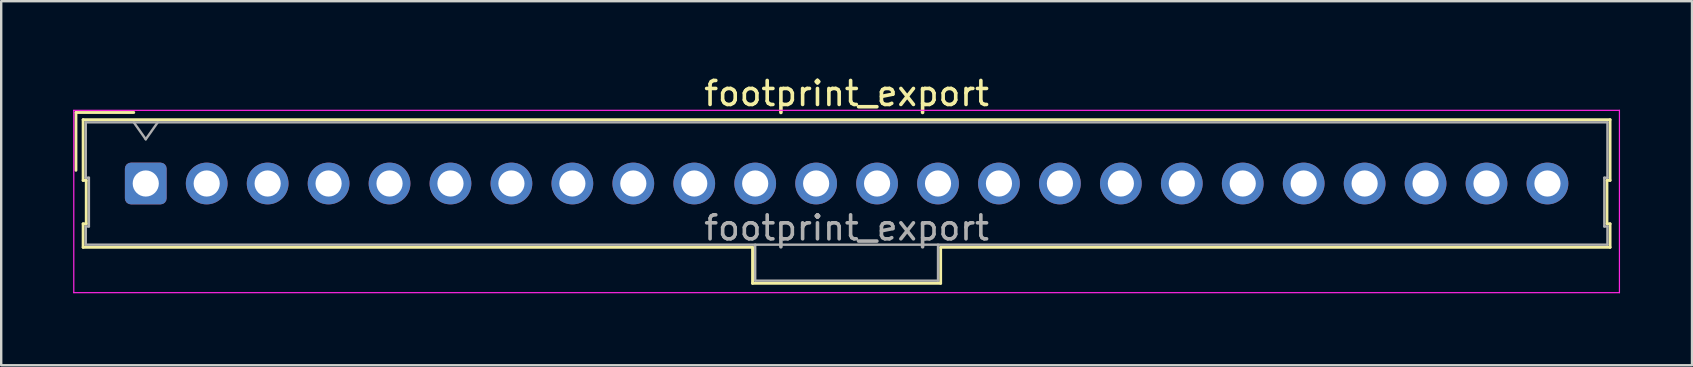
<source format=kicad_pcb>
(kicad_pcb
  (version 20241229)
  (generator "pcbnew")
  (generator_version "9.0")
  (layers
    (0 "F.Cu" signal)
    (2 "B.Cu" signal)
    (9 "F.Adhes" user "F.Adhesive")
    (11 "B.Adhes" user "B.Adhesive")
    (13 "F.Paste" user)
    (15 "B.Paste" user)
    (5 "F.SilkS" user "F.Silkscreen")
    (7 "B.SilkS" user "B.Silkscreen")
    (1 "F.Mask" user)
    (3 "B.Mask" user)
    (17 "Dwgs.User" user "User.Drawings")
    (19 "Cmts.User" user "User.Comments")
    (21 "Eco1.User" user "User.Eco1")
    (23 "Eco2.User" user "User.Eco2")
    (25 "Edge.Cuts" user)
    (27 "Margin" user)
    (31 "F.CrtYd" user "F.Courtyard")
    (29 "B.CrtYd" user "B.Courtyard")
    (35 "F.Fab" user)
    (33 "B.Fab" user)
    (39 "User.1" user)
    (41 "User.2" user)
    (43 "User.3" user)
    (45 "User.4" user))
  (footprint "footprint_export"
    (layer "F.Cu")
    (at 3.025 4.598)
    (property "Reference" "footprint_export" (at 29.21 -3.75 0) (layer "F.SilkS") (effects (font (size 1 1) (thickness 0.15))))
    (attr through_hole)
    (fp_line (start -2.91 -2.96) (end -0.5 -2.96) (stroke (width 0.12) (type solid)) (layer "F.SilkS"))
    (fp_line (start -2.91 -0.55) (end -2.91 -2.96) (stroke (width 0.12) (type solid)) (layer "F.SilkS"))
    (fp_line (start -2.61 -2.66) (end -2.61 -0.13) (stroke (width 0.12) (type solid)) (layer "F.SilkS"))
    (fp_line (start -2.61 -0.13) (end -2.48 -0.13) (stroke (width 0.12) (type solid)) (layer "F.SilkS"))
    (fp_line (start -2.61 1.68) (end -2.61 2.66) (stroke (width 0.12) (type solid)) (layer "F.SilkS"))
    (fp_line (start -2.61 2.66) (end 25.29 2.66) (stroke (width 0.12) (type solid)) (layer "F.SilkS"))
    (fp_line (start -2.48 -0.13) (end -2.48 1.68) (stroke (width 0.12) (type solid)) (layer "F.SilkS"))
    (fp_line (start -2.48 1.68) (end -2.61 1.68) (stroke (width 0.12) (type solid)) (layer "F.SilkS"))
    (fp_line (start 25.29 2.66) (end 25.29 4.16) (stroke (width 0.12) (type solid)) (layer "F.SilkS"))
    (fp_line (start 25.29 4.16) (end 33.13 4.16) (stroke (width 0.12) (type solid)) (layer "F.SilkS"))
    (fp_line (start 33.13 2.66) (end 61.03 2.66) (stroke (width 0.12) (type solid)) (layer "F.SilkS"))
    (fp_line (start 33.13 4.16) (end 33.13 2.66) (stroke (width 0.12) (type solid)) (layer "F.SilkS"))
    (fp_line (start 60.9 -0.13) (end 61.03 -0.13) (stroke (width 0.12) (type solid)) (layer "F.SilkS"))
    (fp_line (start 60.9 1.68) (end 60.9 -0.13) (stroke (width 0.12) (type solid)) (layer "F.SilkS"))
    (fp_line (start 61.03 -2.66) (end -2.61 -2.66) (stroke (width 0.12) (type solid)) (layer "F.SilkS"))
    (fp_line (start 61.03 -0.13) (end 61.03 -2.66) (stroke (width 0.12) (type solid)) (layer "F.SilkS"))
    (fp_line (start 61.03 1.68) (end 60.9 1.68) (stroke (width 0.12) (type solid)) (layer "F.SilkS"))
    (fp_line (start 61.03 2.66) (end 61.03 1.68) (stroke (width 0.12) (type solid)) (layer "F.SilkS"))
    (fp_line (start -3 -3.05) (end -3 4.55) (stroke (width 0.05) (type solid)) (layer "F.CrtYd"))
    (fp_line (start -3 4.55) (end 61.42 4.55) (stroke (width 0.05) (type solid)) (layer "F.CrtYd"))
    (fp_line (start 61.42 -3.05) (end -3 -3.05) (stroke (width 0.05) (type solid)) (layer "F.CrtYd"))
    (fp_line (start 61.42 4.55) (end 61.42 -3.05) (stroke (width 0.05) (type solid)) (layer "F.CrtYd"))
    (fp_line (start -2.5 -2.55) (end -2.5 -0.24) (stroke (width 0.1) (type solid)) (layer "F.Fab"))
    (fp_line (start -2.5 -0.24) (end -2.37 -0.24) (stroke (width 0.1) (type solid)) (layer "F.Fab"))
    (fp_line (start -2.5 1.79) (end -2.5 2.55) (stroke (width 0.1) (type solid)) (layer "F.Fab"))
    (fp_line (start -2.5 2.55) (end 60.92 2.55) (stroke (width 0.1) (type solid)) (layer "F.Fab"))
    (fp_line (start -2.37 -0.24) (end -2.37 1.79) (stroke (width 0.1) (type solid)) (layer "F.Fab"))
    (fp_line (start -2.37 1.79) (end -2.5 1.79) (stroke (width 0.1) (type solid)) (layer "F.Fab"))
    (fp_line (start 0 -1.843) (end -0.5 -2.55) (stroke (width 0.1) (type solid)) (layer "F.Fab"))
    (fp_line (start 0.5 -2.55) (end 0 -1.843) (stroke (width 0.1) (type solid)) (layer "F.Fab"))
    (fp_line (start 25.4 2.55) (end 25.4 4.05) (stroke (width 0.1) (type solid)) (layer "F.Fab"))
    (fp_line (start 25.4 4.05) (end 33.02 4.05) (stroke (width 0.1) (type solid)) (layer "F.Fab"))
    (fp_line (start 33.02 4.05) (end 33.02 2.55) (stroke (width 0.1) (type solid)) (layer "F.Fab"))
    (fp_line (start 60.79 -0.24) (end 60.92 -0.24) (stroke (width 0.1) (type solid)) (layer "F.Fab"))
    (fp_line (start 60.79 1.79) (end 60.79 -0.24) (stroke (width 0.1) (type solid)) (layer "F.Fab"))
    (fp_line (start 60.92 -2.55) (end -2.5 -2.55) (stroke (width 0.1) (type solid)) (layer "F.Fab"))
    (fp_line (start 60.92 -0.24) (end 60.92 -2.55) (stroke (width 0.1) (type solid)) (layer "F.Fab"))
    (fp_line (start 60.92 1.79) (end 60.79 1.79) (stroke (width 0.1) (type solid)) (layer "F.Fab"))
    (fp_line (start 60.92 2.55) (end 60.92 1.79) (stroke (width 0.1) (type solid)) (layer "F.Fab"))
    (fp_text user "${REFERENCE}" (at 29.21 1.85 0) (layer "F.Fab") (effects (font (size 1 1) (thickness 0.15))))
    (pad "1" thru_hole roundrect (at 0 0) (size 1.74 1.74) (drill 1.09) (layers "*.Cu" "*.Mask") (roundrect_rratio 0.144))
    (pad "2" thru_hole circle (at 2.54 0) (size 1.74 1.74) (drill 1.09) (layers "*.Cu" "*.Mask"))
    (pad "3" thru_hole circle (at 5.08 0) (size 1.74 1.74) (drill 1.09) (layers "*.Cu" "*.Mask"))
    (pad "4" thru_hole circle (at 7.62 0) (size 1.74 1.74) (drill 1.09) (layers "*.Cu" "*.Mask"))
    (pad "5" thru_hole circle (at 10.16 0) (size 1.74 1.74) (drill 1.09) (layers "*.Cu" "*.Mask"))
    (pad "6" thru_hole circle (at 12.7 0) (size 1.74 1.74) (drill 1.09) (layers "*.Cu" "*.Mask"))
    (pad "7" thru_hole circle (at 15.24 0) (size 1.74 1.74) (drill 1.09) (layers "*.Cu" "*.Mask"))
    (pad "8" thru_hole circle (at 17.78 0) (size 1.74 1.74) (drill 1.09) (layers "*.Cu" "*.Mask"))
    (pad "9" thru_hole circle (at 20.32 0) (size 1.74 1.74) (drill 1.09) (layers "*.Cu" "*.Mask"))
    (pad "10" thru_hole circle (at 22.86 0) (size 1.74 1.74) (drill 1.09) (layers "*.Cu" "*.Mask"))
    (pad "11" thru_hole circle (at 25.4 0) (size 1.74 1.74) (drill 1.09) (layers "*.Cu" "*.Mask"))
    (pad "12" thru_hole circle (at 27.94 0) (size 1.74 1.74) (drill 1.09) (layers "*.Cu" "*.Mask"))
    (pad "13" thru_hole circle (at 30.48 0) (size 1.74 1.74) (drill 1.09) (layers "*.Cu" "*.Mask"))
    (pad "14" thru_hole circle (at 33.02 0) (size 1.74 1.74) (drill 1.09) (layers "*.Cu" "*.Mask"))
    (pad "15" thru_hole circle (at 35.56 0) (size 1.74 1.74) (drill 1.09) (layers "*.Cu" "*.Mask"))
    (pad "16" thru_hole circle (at 38.1 0) (size 1.74 1.74) (drill 1.09) (layers "*.Cu" "*.Mask"))
    (pad "17" thru_hole circle (at 40.64 0) (size 1.74 1.74) (drill 1.09) (layers "*.Cu" "*.Mask"))
    (pad "18" thru_hole circle (at 43.18 0) (size 1.74 1.74) (drill 1.09) (layers "*.Cu" "*.Mask"))
    (pad "19" thru_hole circle (at 45.72 0) (size 1.74 1.74) (drill 1.09) (layers "*.Cu" "*.Mask"))
    (pad "20" thru_hole circle (at 48.26 0) (size 1.74 1.74) (drill 1.09) (layers "*.Cu" "*.Mask"))
    (pad "21" thru_hole circle (at 50.8 0) (size 1.74 1.74) (drill 1.09) (layers "*.Cu" "*.Mask"))
    (pad "22" thru_hole circle (at 53.34 0) (size 1.74 1.74) (drill 1.09) (layers "*.Cu" "*.Mask"))
    (pad "23" thru_hole circle (at 55.88 0) (size 1.74 1.74) (drill 1.09) (layers "*.Cu" "*.Mask"))
    (pad "24" thru_hole circle (at 58.42 0) (size 1.74 1.74) (drill 1.09) (layers "*.Cu" "*.Mask")))
  (gr_rect
    (start -3 -3)
    (end 67.47 12.173)
    (stroke (width 0.1) (type default))
    (fill no)
    (layer "Edge.Cuts")))
</source>
